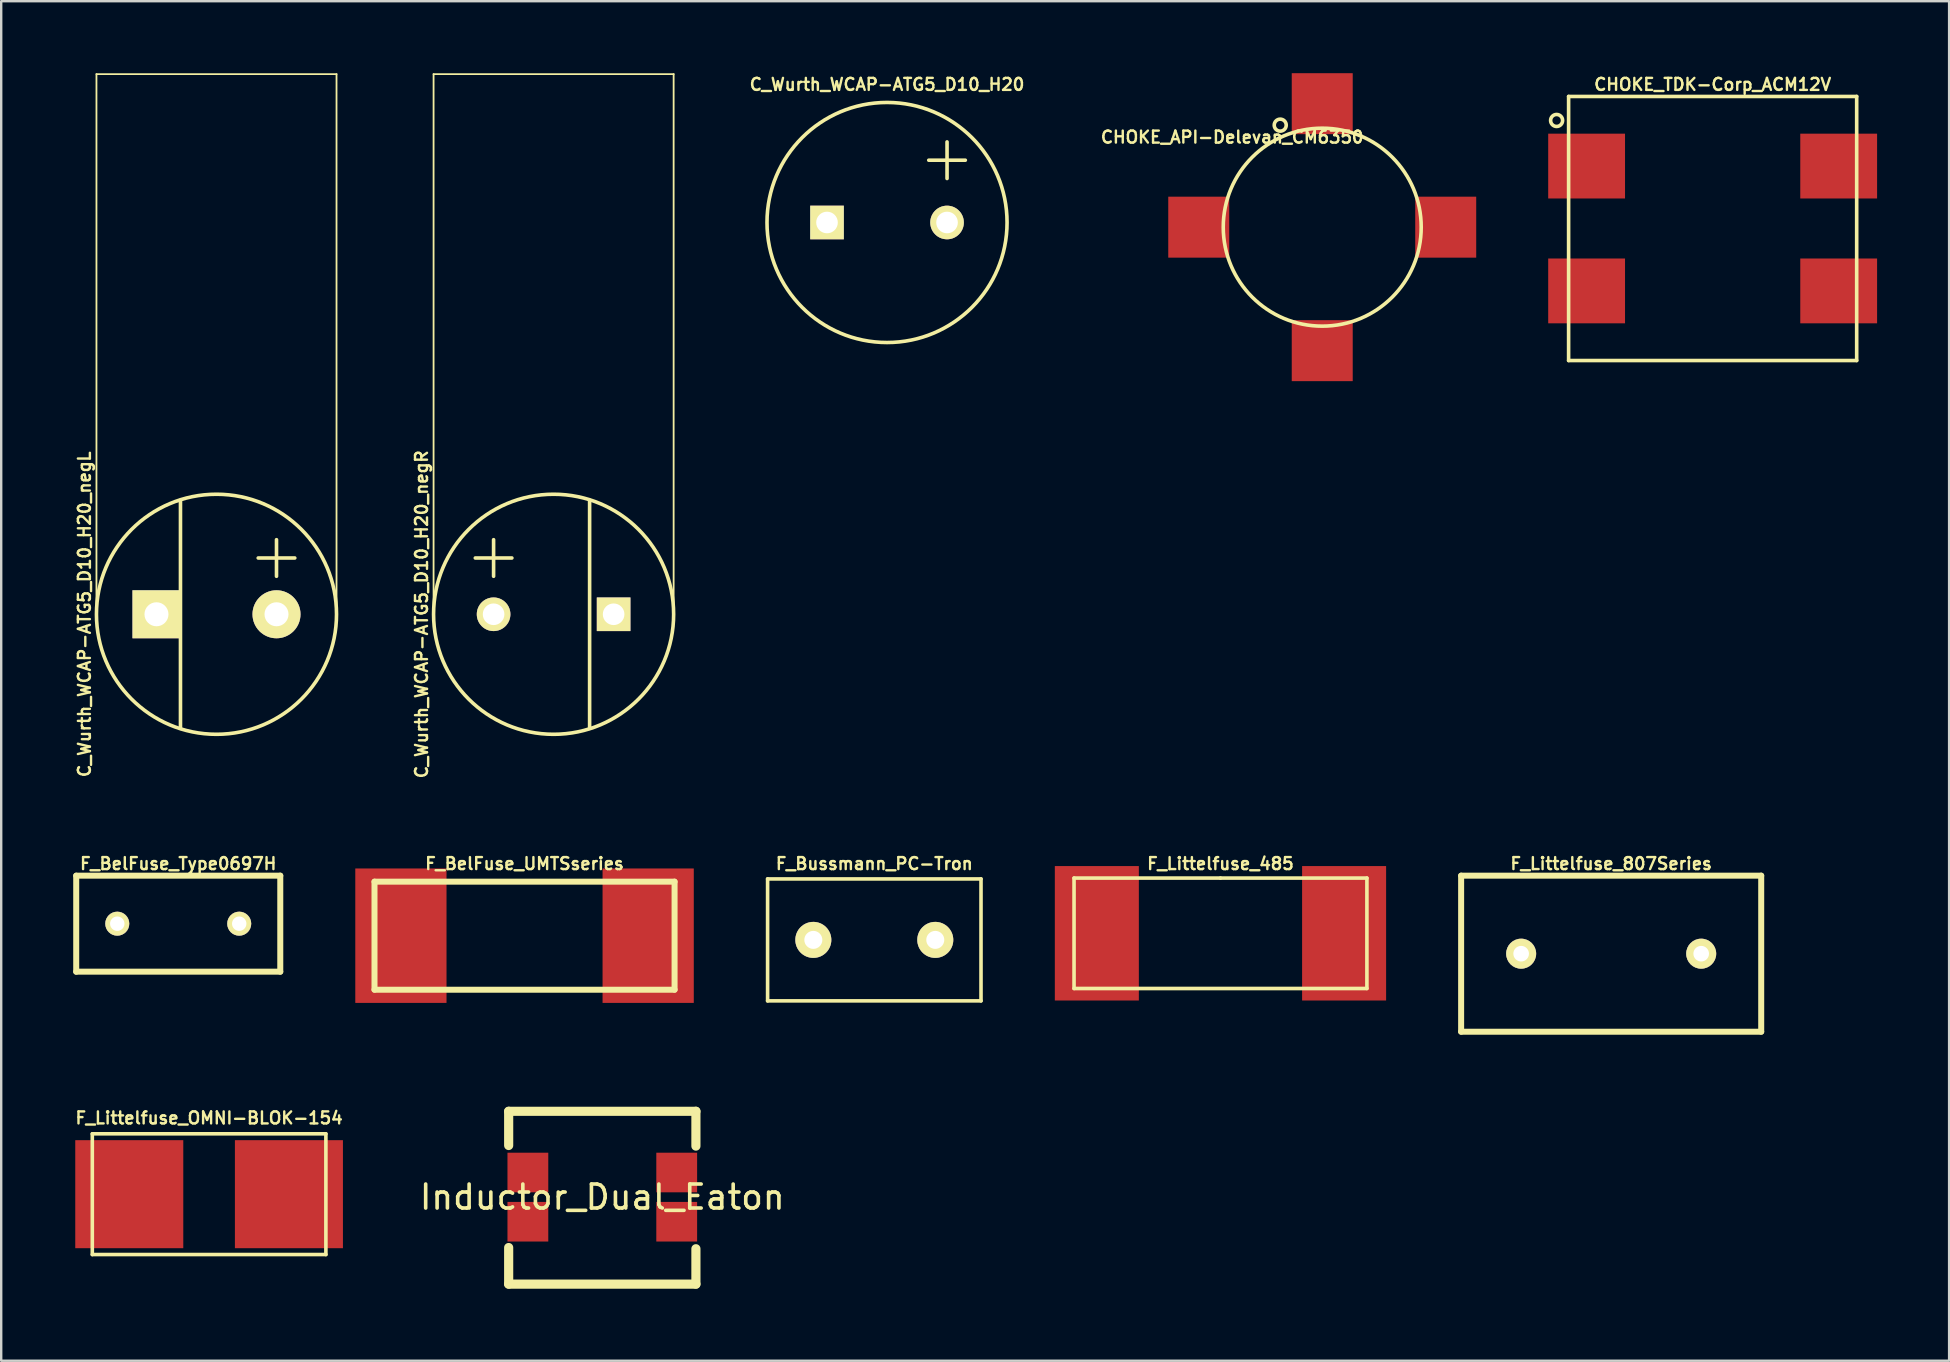
<source format=kicad_pcb>
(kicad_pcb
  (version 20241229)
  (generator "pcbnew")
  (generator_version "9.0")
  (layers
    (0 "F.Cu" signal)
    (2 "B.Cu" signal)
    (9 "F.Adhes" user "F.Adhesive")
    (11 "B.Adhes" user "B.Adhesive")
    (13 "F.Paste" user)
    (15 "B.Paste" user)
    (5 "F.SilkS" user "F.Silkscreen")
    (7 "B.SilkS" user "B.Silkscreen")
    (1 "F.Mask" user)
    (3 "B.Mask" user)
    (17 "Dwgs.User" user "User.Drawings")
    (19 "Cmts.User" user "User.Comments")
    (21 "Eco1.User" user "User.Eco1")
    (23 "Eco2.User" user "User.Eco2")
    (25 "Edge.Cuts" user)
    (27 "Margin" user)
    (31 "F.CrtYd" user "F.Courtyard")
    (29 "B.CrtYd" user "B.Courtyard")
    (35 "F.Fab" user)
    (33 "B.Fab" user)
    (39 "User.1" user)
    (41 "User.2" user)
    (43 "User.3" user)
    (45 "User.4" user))
  (footprint "F_Bussmann_PC-Tron"
    (layer "F.Cu")
    (at 33.37 36.102)
    (property "Reference" "F_Bussmann_PC-Tron" (at 0 -3.175 0) (layer "F.SilkS") (effects (font (size 0.5 0.5) (thickness 0.1))))
    (attr through_hole)
    (fp_line (start -4.445 -2.54) (end -4.445 2.54) (stroke (width 0.15) (type solid)) (layer "F.SilkS"))
    (fp_line (start -4.445 -2.54) (end 4.445 -2.54) (stroke (width 0.15) (type solid)) (layer "F.SilkS"))
    (fp_line (start -4.445 2.54) (end 4.445 2.54) (stroke (width 0.15) (type solid)) (layer "F.SilkS"))
    (fp_line (start 4.445 -2.54) (end 4.445 2.54) (stroke (width 0.15) (type solid)) (layer "F.SilkS"))
    (pad "1" thru_hole circle (at 2.54 0) (size 1.5 1.5) (drill 0.75) (layers "*.Cu" "*.Mask" "F.SilkS"))
    (pad "2" thru_hole circle (at -2.54 0) (size 1.5 1.5) (drill 0.75) (layers "*.Cu" "*.Mask" "F.SilkS")))
  (footprint "Inductor_Dual_Eaton"
    (layer "F.Cu")
    (at 22.039 46.817)
    (property "Reference" "Inductor_Dual_Eaton" (at 0 0 0) (layer "F.SilkS") (effects (font (size 1 1) (thickness 0.15))))
    (attr through_hole)
    (fp_line (start -3.9 -3.575) (end 3.9 -3.575) (stroke (width 0.381) (type solid)) (layer "F.SilkS"))
    (fp_line (start -3.9 -2.15) (end -3.9 -3.575) (stroke (width 0.381) (type solid)) (layer "F.SilkS"))
    (fp_line (start -3.9 3.625) (end -3.9 2.1) (stroke (width 0.381) (type solid)) (layer "F.SilkS"))
    (fp_line (start 3.9 -3.575) (end 3.9 -2.125) (stroke (width 0.381) (type solid)) (layer "F.SilkS"))
    (fp_line (start 3.9 2.15) (end 3.9 3.625) (stroke (width 0.381) (type solid)) (layer "F.SilkS"))
    (fp_line (start 3.9 3.625) (end -3.9 3.625) (stroke (width 0.381) (type solid)) (layer "F.SilkS"))
    (pad "1" smd rect (at -3.1 1.025) (size 1.7 1.65) (layers "F.Cu" "F.Mask" "F.Paste"))
    (pad "2" smd rect (at 3.1 1.025) (size 1.7 1.65) (layers "F.Cu" "F.Mask" "F.Paste"))
    (pad "3" smd rect (at 3.1 -1.025) (size 1.7 1.65) (layers "F.Cu" "F.Mask" "F.Paste"))
    (pad "4" smd rect (at -3.1 -1.025) (size 1.7 1.65) (layers "F.Cu" "F.Mask" "F.Paste")))
  (footprint "C_Wurth_WCAP-ATG5_D10_H20_negL"
    (layer "F.Cu")
    (at 5.968 22.538)
    (property "Reference" "C_Wurth_WCAP-ATG5_D10_H20_negL" (at -5.5 0 90) (layer "F.SilkS") (effects (font (size 0.5 0.5) (thickness 0.1))))
    (attr through_hole)
    (fp_line (start -5 -22.5) (end -5 0) (stroke (width 0.075) (type solid)) (layer "F.SilkS"))
    (fp_line (start -1.5 -4.75) (end -1.5 4.75) (stroke (width 0.15) (type solid)) (layer "F.SilkS"))
    (fp_line (start 5 -22.5) (end -5 -22.5) (stroke (width 0.075) (type solid)) (layer "F.SilkS"))
    (fp_line (start 5 0) (end 5 -22.5) (stroke (width 0.075) (type solid)) (layer "F.SilkS"))
    (fp_circle (center 0 0) (end 0 -5) (stroke (width 0.15) (type solid)) (fill no) (layer "F.SilkS"))
    (fp_text user "+" (at 2.5 -2.5 0) (layer "F.SilkS") (effects (font (size 2 2) (thickness 0.15))))
    (pad "1" thru_hole circle (at 2.5 0) (size 2 2) (drill 1) (layers "*.Cu" "*.Mask" "F.SilkS"))
    (pad "2" thru_hole rect (at -2.5 0) (size 2 2) (drill 1) (layers "*.Cu" "*.Mask" "F.SilkS")))
  (footprint "F_Littelfuse_807Series"
    (layer "F.Cu")
    (at 64.065 36.677)
    (property "Reference" "F_Littelfuse_807Series" (at 0 -3.75 0) (layer "F.SilkS") (effects (font (size 0.5 0.5) (thickness 0.1))))
    (attr through_hole)
    (fp_line (start -6.25 -3.25) (end -6.25 3.25) (stroke (width 0.25) (type solid)) (layer "F.SilkS"))
    (fp_line (start -6.25 3.25) (end 6.25 3.25) (stroke (width 0.25) (type solid)) (layer "F.SilkS"))
    (fp_line (start 6.25 -3.25) (end -6.25 -3.25) (stroke (width 0.25) (type solid)) (layer "F.SilkS"))
    (fp_line (start 6.25 3.25) (end 6.25 -3.25) (stroke (width 0.25) (type solid)) (layer "F.SilkS"))
    (pad "1" thru_hole circle (at 3.75 0) (size 1.25 1.25) (drill 0.65) (layers "*.Cu" "*.Mask" "F.SilkS"))
    (pad "2" thru_hole circle (at -3.75 0) (size 1.25 1.25) (drill 0.65) (layers "*.Cu" "*.Mask" "F.SilkS")))
  (footprint "F_BelFuse_Type0697H"
    (layer "F.Cu")
    (at 4.375 35.427)
    (property "Reference" "F_BelFuse_Type0697H" (at 0 -2.5 0) (layer "F.SilkS") (effects (font (size 0.5 0.5) (thickness 0.1))))
    (attr through_hole)
    (fp_line (start -4.25 -2) (end 4.25 -2) (stroke (width 0.25) (type solid)) (layer "F.SilkS"))
    (fp_line (start -4.25 2) (end -4.25 -2) (stroke (width 0.25) (type solid)) (layer "F.SilkS"))
    (fp_line (start 4.25 -2) (end 4.25 2) (stroke (width 0.25) (type solid)) (layer "F.SilkS"))
    (fp_line (start 4.25 2) (end -4.25 2) (stroke (width 0.25) (type solid)) (layer "F.SilkS"))
    (pad "1" thru_hole circle (at 2.54 0) (size 1 1) (drill 0.6) (layers "*.Cu" "*.Mask" "F.SilkS"))
    (pad "2" thru_hole circle (at -2.54 0) (size 1 1) (drill 0.6) (layers "*.Cu" "*.Mask" "F.SilkS")))
  (footprint "CHOKE_TDK-Corp_ACM12V"
    (layer "F.Cu")
    (at 68.292 6.468)
    (property "Reference" "CHOKE_TDK-Corp_ACM12V" (at 0 -6 0) (layer "F.SilkS") (effects (font (size 0.5 0.5) (thickness 0.1))))
    (attr through_hole)
    (fp_line (start -6 -5.5) (end 6 -5.5) (stroke (width 0.15) (type solid)) (layer "F.SilkS"))
    (fp_line (start -6 5.5) (end -6 -5.5) (stroke (width 0.15) (type solid)) (layer "F.SilkS"))
    (fp_line (start 6 -5.5) (end 6 5.5) (stroke (width 0.15) (type solid)) (layer "F.SilkS"))
    (fp_line (start 6 5.5) (end -6 5.5) (stroke (width 0.15) (type solid)) (layer "F.SilkS"))
    (fp_circle (center -6.5 -4.5) (end -6.5 -4.75) (stroke (width 0.15) (type solid)) (fill no) (layer "F.SilkS"))
    (pad "1" smd rect (at -5.25 -2.6) (size 3.2 2.7) (layers "F.Cu" "F.Mask" "F.Paste"))
    (pad "2" smd rect (at -5.25 2.6) (size 3.2 2.7) (layers "F.Cu" "F.Mask" "F.Paste"))
    (pad "3" smd rect (at 5.25 2.6) (size 3.2 2.7) (layers "F.Cu" "F.Mask" "F.Paste"))
    (pad "4" smd rect (at 5.25 -2.6) (size 3.2 2.7) (layers "F.Cu" "F.Mask" "F.Paste")))
  (footprint "F_Littelfuse_OMNI-BLOK-154"
    (layer "F.Cu")
    (at 5.66 46.695)
    (property "Reference" "F_Littelfuse_OMNI-BLOK-154" (at 0 -3.175 0) (layer "F.SilkS") (effects (font (size 0.5 0.5) (thickness 0.1))))
    (attr through_hole)
    (fp_line (start -4.865 -2.515) (end -4.865 2.515) (stroke (width 0.15) (type solid)) (layer "F.SilkS"))
    (fp_line (start -4.865 -2.515) (end 4.865 -2.515) (stroke (width 0.15) (type solid)) (layer "F.SilkS"))
    (fp_line (start -4.865 2.515) (end 4.865 2.515) (stroke (width 0.15) (type solid)) (layer "F.SilkS"))
    (fp_line (start 4.865 -2.515) (end 4.865 2.515) (stroke (width 0.15) (type solid)) (layer "F.SilkS"))
    (pad "1" smd rect (at 3.325 0) (size 4.5 4.5) (layers "F.Cu" "F.Mask" "F.Paste"))
    (pad "2" smd rect (at -3.325 0) (size 4.5 4.5) (layers "F.Cu" "F.Mask" "F.Paste")))
  (footprint "C_Wurth_WCAP-ATG5_D10_H20_negR"
    (layer "F.Cu")
    (at 20.011 22.538)
    (property "Reference" "C_Wurth_WCAP-ATG5_D10_H20_negR" (at -5.5 0 90) (layer "F.SilkS") (effects (font (size 0.5 0.5) (thickness 0.1))))
    (attr through_hole)
    (fp_line (start -5 -22.5) (end -5 0) (stroke (width 0.075) (type solid)) (layer "F.SilkS"))
    (fp_line (start 1.5 -4.75) (end 1.5 4.75) (stroke (width 0.15) (type solid)) (layer "F.SilkS"))
    (fp_line (start 5 -22.5) (end -5 -22.5) (stroke (width 0.075) (type solid)) (layer "F.SilkS"))
    (fp_line (start 5 0) (end 5 -22.5) (stroke (width 0.075) (type solid)) (layer "F.SilkS"))
    (fp_circle (center 0 0) (end 0 -5) (stroke (width 0.15) (type solid)) (fill no) (layer "F.SilkS"))
    (fp_text user "+" (at -2.5 -2.5 0) (layer "F.SilkS") (effects (font (size 2 2) (thickness 0.15))))
    (pad "1" thru_hole circle (at -2.5 0) (size 1.4 1.4) (drill 0.9) (layers "*.Cu" "*.Mask" "F.SilkS"))
    (pad "2" thru_hole rect (at 2.5 0) (size 1.4 1.4) (drill 0.9) (layers "*.Cu" "*.Mask" "F.SilkS")))
  (footprint "F_BelFuse_UMTSseries"
    (layer "F.Cu")
    (at 18.8 35.927)
    (property "Reference" "F_BelFuse_UMTSseries" (at 0 -3 0) (layer "F.SilkS") (effects (font (size 0.5 0.5) (thickness 0.1))))
    (attr through_hole)
    (fp_line (start -6.25 -2.25) (end -6.25 2.25) (stroke (width 0.25) (type solid)) (layer "F.SilkS"))
    (fp_line (start -6.25 2.25) (end 6.25 2.25) (stroke (width 0.25) (type solid)) (layer "F.SilkS"))
    (fp_line (start 6.25 -2.25) (end -6.25 -2.25) (stroke (width 0.25) (type solid)) (layer "F.SilkS"))
    (fp_line (start 6.25 2.25) (end 6.25 -2.25) (stroke (width 0.25) (type solid)) (layer "F.SilkS"))
    (pad "1" smd rect (at 5.15 0) (size 3.8 5.6) (layers "F.Cu" "F.Mask" "F.Paste"))
    (pad "2" smd rect (at -5.15 0) (size 3.8 5.6) (layers "F.Cu" "F.Mask" "F.Paste")))
  (footprint "CHOKE_API-Delevan_CM6350"
    (layer "F.Cu")
    (at 52.029 6.413)
    (property "Reference" "CHOKE_API-Delevan_CM6350" (at -3.75 -3.75 0) (layer "F.SilkS") (effects (font (size 0.5 0.5) (thickness 0.1))))
    (attr through_hole)
    (fp_circle (center -1.75 -4.25) (end -1.75 -4.5) (stroke (width 0.15) (type solid)) (fill no) (layer "F.SilkS"))
    (fp_circle (center 0 0) (end -1 -4) (stroke (width 0.15) (type solid)) (fill no) (layer "F.SilkS"))
    (pad "1" smd rect (at 0 -5.144) (size 2.54 2.54) (layers "F.Cu" "F.Mask" "F.Paste"))
    (pad "2" smd rect (at -5.144 0) (size 2.54 2.54) (layers "F.Cu" "F.Mask" "F.Paste"))
    (pad "3" smd rect (at 0 5.144) (size 2.54 2.54) (layers "F.Cu" "F.Mask" "F.Paste"))
    (pad "4" smd rect (at 5.144 0) (size 2.54 2.54) (layers "F.Cu" "F.Mask" "F.Paste")))
  (footprint "F_Littelfuse_485"
    (layer "F.Cu")
    (at 47.79 35.827)
    (property "Reference" "F_Littelfuse_485" (at 0 -2.9 0) (layer "F.SilkS") (effects (font (size 0.5 0.5) (thickness 0.1))))
    (attr through_hole)
    (fp_line (start -6.1 -2.3) (end 0 -2.3) (stroke (width 0.15) (type solid)) (layer "F.SilkS"))
    (fp_line (start -6.1 2.3) (end -6.1 -2.3) (stroke (width 0.15) (type solid)) (layer "F.SilkS"))
    (fp_line (start 0 -2.3) (end 6.1 -2.3) (stroke (width 0.15) (type solid)) (layer "F.SilkS"))
    (fp_line (start 6.1 -2.3) (end 6.1 2.3) (stroke (width 0.15) (type solid)) (layer "F.SilkS"))
    (fp_line (start 6.1 2.3) (end -6.1 2.3) (stroke (width 0.15) (type solid)) (layer "F.SilkS"))
    (pad "1" smd rect (at -5.15 0) (size 3.5 5.6) (layers "F.Cu" "F.Mask" "F.Paste"))
    (pad "2" smd rect (at 5.15 0) (size 3.5 5.6) (layers "F.Cu" "F.Mask" "F.Paste")))
  (footprint "C_Wurth_WCAP-ATG5_D10_H20"
    (layer "F.Cu")
    (at 33.9 6.218)
    (property "Reference" "C_Wurth_WCAP-ATG5_D10_H20" (at 0 -5.75 0) (layer "F.SilkS") (effects (font (size 0.5 0.5) (thickness 0.1))))
    (attr through_hole)
    (fp_circle (center 0 0) (end 0 -5) (stroke (width 0.15) (type solid)) (fill no) (layer "F.SilkS"))
    (fp_text user "+" (at 2.5 -2.75 0) (layer "F.SilkS") (effects (font (size 2 2) (thickness 0.15))))
    (pad "1" thru_hole circle (at 2.5 0) (size 1.4 1.4) (drill 0.9) (layers "*.Cu" "*.Mask" "F.SilkS"))
    (pad "2" thru_hole rect (at -2.5 0) (size 1.4 1.4) (drill 0.9) (layers "*.Cu" "*.Mask" "F.SilkS")))
  (gr_rect
    (start -3 -3)
    (end 78.142 53.633)
    (stroke (width 0.1) (type default))
    (fill no)
    (layer "Edge.Cuts")))
</source>
